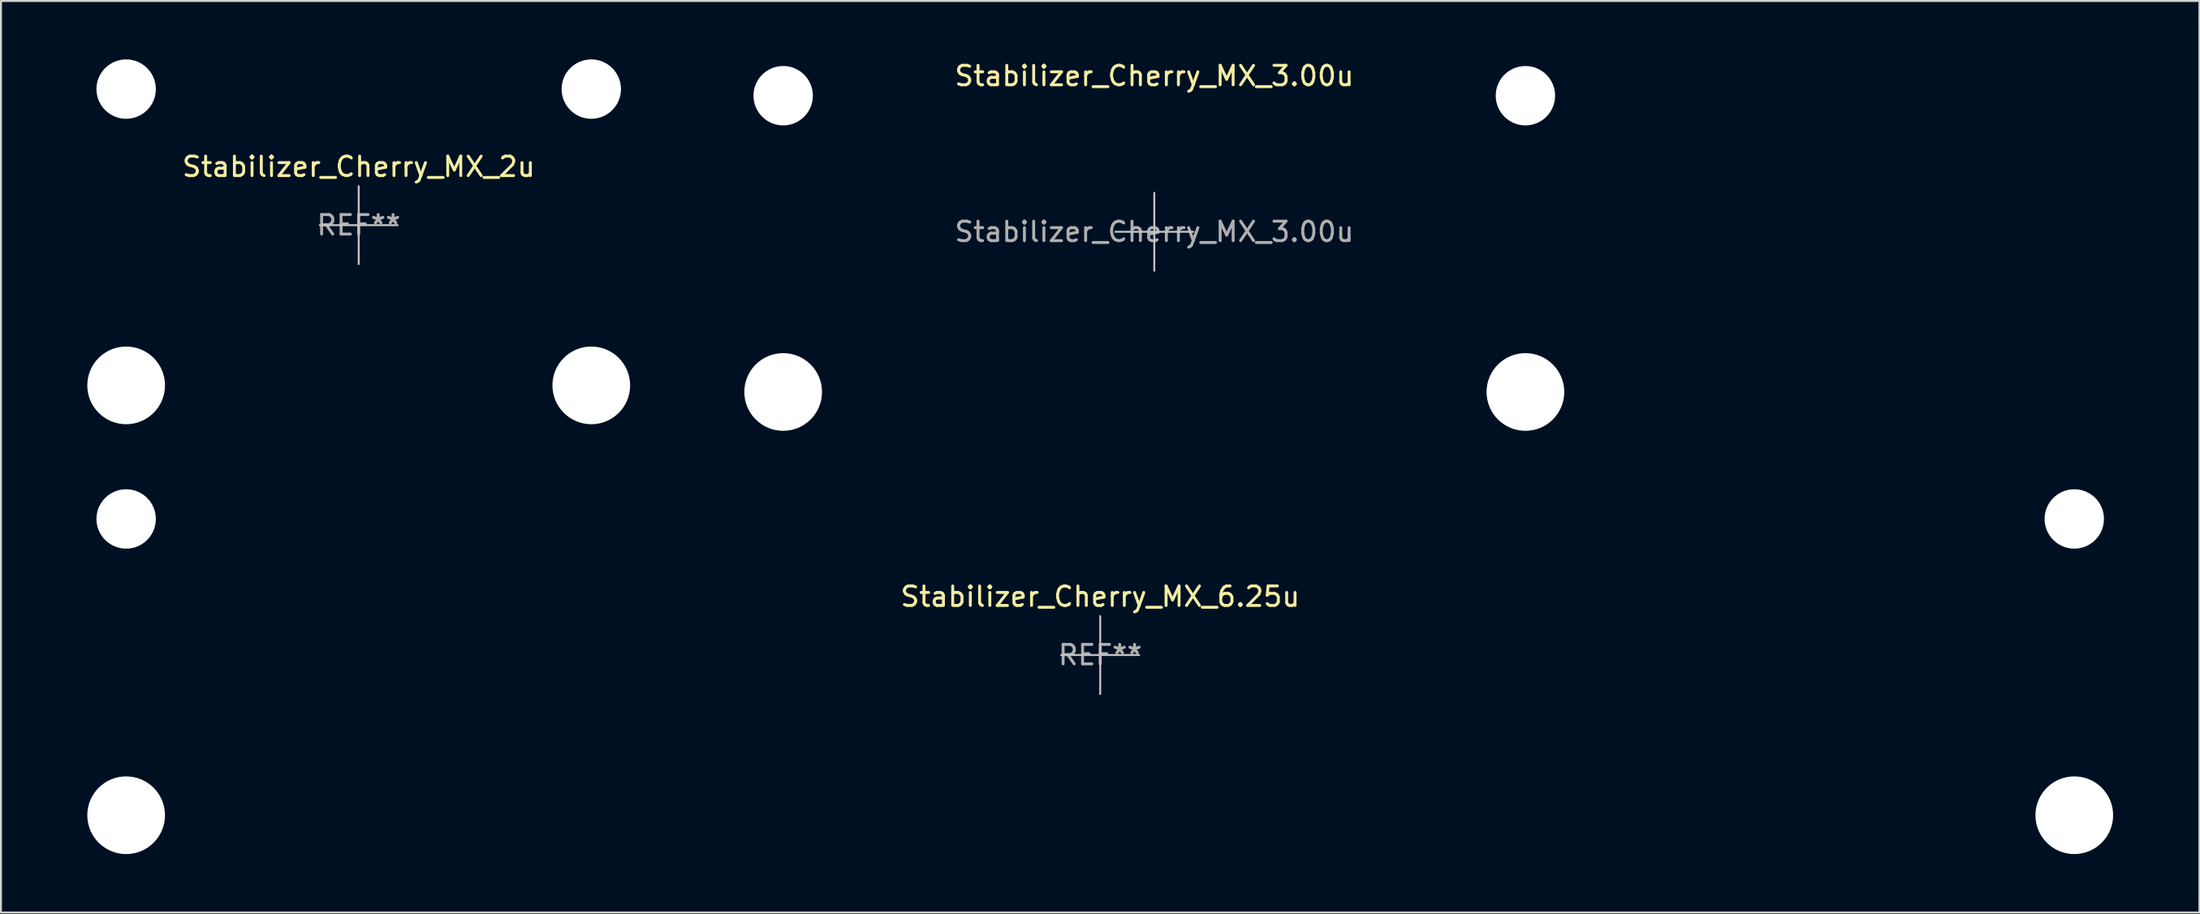
<source format=kicad_pcb>
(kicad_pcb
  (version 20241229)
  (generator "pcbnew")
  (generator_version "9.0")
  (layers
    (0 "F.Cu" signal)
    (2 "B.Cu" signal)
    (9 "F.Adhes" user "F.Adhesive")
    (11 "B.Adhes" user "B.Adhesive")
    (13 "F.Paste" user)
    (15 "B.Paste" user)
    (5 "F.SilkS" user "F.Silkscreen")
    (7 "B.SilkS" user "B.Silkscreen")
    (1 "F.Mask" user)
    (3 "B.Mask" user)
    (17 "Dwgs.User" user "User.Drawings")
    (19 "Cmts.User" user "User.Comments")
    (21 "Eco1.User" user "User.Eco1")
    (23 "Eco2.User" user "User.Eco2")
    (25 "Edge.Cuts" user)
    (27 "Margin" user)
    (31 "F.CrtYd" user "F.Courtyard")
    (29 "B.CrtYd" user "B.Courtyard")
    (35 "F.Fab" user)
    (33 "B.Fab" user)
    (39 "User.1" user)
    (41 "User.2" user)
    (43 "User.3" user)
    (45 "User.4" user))
  (footprint "Stabilizer_Cherry_MX_2u"
    (layer "F.Cu")
    (at 15.363 8.509)
    (property "Reference" "Stabilizer_Cherry_MX_2u" (at 0 -3 0) (layer "F.SilkS") (effects (font (size 1 1) (thickness 0.15))))
    (attr exclude_from_pos_files exclude_from_bom)
    (fp_line (start -2 0) (end 2 0) (stroke (width 0.1) (type solid)) (layer "Dwgs.User"))
    (fp_line (start 0 2) (end 0 -2) (stroke (width 0.1) (type solid)) (layer "Dwgs.User"))
    (fp_line (start -15.313 -5.53) (end -15.313 6.77) (stroke (width 0.1) (type solid)) (layer "Eco1.User"))
    (fp_line (start -15.313 6.77) (end -8.563 6.77) (stroke (width 0.1) (type solid)) (layer "Eco1.User"))
    (fp_line (start -8.563 -5.53) (end -15.313 -5.53) (stroke (width 0.1) (type solid)) (layer "Eco1.User"))
    (fp_line (start -8.563 6.77) (end -8.563 -5.53) (stroke (width 0.1) (type solid)) (layer "Eco1.User"))
    (fp_line (start 8.563 -5.53) (end 8.563 6.77) (stroke (width 0.1) (type solid)) (layer "Eco1.User"))
    (fp_line (start 8.563 6.77) (end 15.313 6.77) (stroke (width 0.1) (type solid)) (layer "Eco1.User"))
    (fp_line (start 15.313 -5.53) (end 8.563 -5.53) (stroke (width 0.1) (type solid)) (layer "Eco1.User"))
    (fp_line (start 15.313 6.77) (end 15.313 -5.53) (stroke (width 0.1) (type solid)) (layer "Eco1.User"))
    (fp_text user "REF**" (at 0 0 0) (layer "F.Fab") (effects (font (size 1 1) (thickness 0.15))))
    (pad "" np_thru_hole circle (at -11.938 -6.985) (size 3.048 3.048) (drill 3.048) (layers "*.Cu" "*.Mask"))
    (pad "" np_thru_hole circle (at -11.938 8.225) (size 3.988 3.988) (drill 3.988) (layers "*.Cu" "*.Mask"))
    (pad "" np_thru_hole circle (at 11.938 -6.985) (size 3.048 3.048) (drill 3.048) (layers "*.Cu" "*.Mask"))
    (pad "" np_thru_hole circle (at 11.938 8.225) (size 3.988 3.988) (drill 3.988) (layers "*.Cu" "*.Mask")))
  (footprint "Stabilizer_Cherry_MX_3.00u"
    (layer "F.Cu")
    (at 56.201 8.848)
    (property "Reference" "Stabilizer_Cherry_MX_3.00u" (at 0 -8 0) (layer "F.SilkS") (effects (font (size 1 1) (thickness 0.15))))
    (attr exclude_from_pos_files exclude_from_bom)
    (fp_line (start -2 0) (end 2 0) (stroke (width 0.1) (type solid)) (layer "Dwgs.User"))
    (fp_line (start 0 2) (end 0 -2) (stroke (width 0.1) (type solid)) (layer "Dwgs.User"))
    (fp_line (start -22.425 -5.53) (end -22.425 6.77) (stroke (width 0.1) (type solid)) (layer "Eco1.User"))
    (fp_line (start -22.425 6.77) (end -15.675 6.77) (stroke (width 0.1) (type solid)) (layer "Eco1.User"))
    (fp_line (start -15.675 -5.53) (end -22.425 -5.53) (stroke (width 0.1) (type solid)) (layer "Eco1.User"))
    (fp_line (start -15.675 6.77) (end -15.675 -5.53) (stroke (width 0.1) (type solid)) (layer "Eco1.User"))
    (fp_line (start 15.675 -5.53) (end 15.675 6.77) (stroke (width 0.1) (type solid)) (layer "Eco1.User"))
    (fp_line (start 15.675 6.77) (end 22.425 6.77) (stroke (width 0.1) (type solid)) (layer "Eco1.User"))
    (fp_line (start 22.425 -5.53) (end 15.675 -5.53) (stroke (width 0.1) (type solid)) (layer "Eco1.User"))
    (fp_line (start 22.425 6.77) (end 22.425 -5.53) (stroke (width 0.1) (type solid)) (layer "Eco1.User"))
    (fp_text user "${REFERENCE}" (at 0 0 0) (layer "F.Fab") (effects (font (size 1 1) (thickness 0.15))))
    (pad "" np_thru_hole circle (at -19.05 -6.985) (size 3.048 3.048) (drill 3.048) (layers "*.Cu" "*.Mask"))
    (pad "" np_thru_hole circle (at -19.05 8.225) (size 3.988 3.988) (drill 3.988) (layers "*.Cu" "*.Mask"))
    (pad "" np_thru_hole circle (at 19.05 -6.985) (size 3.048 3.048) (drill 3.048) (layers "*.Cu" "*.Mask"))
    (pad "" np_thru_hole circle (at 19.05 8.225) (size 3.988 3.988) (drill 3.988) (layers "*.Cu" "*.Mask")))
  (footprint "Stabilizer_Cherry_MX_6.25u"
    (layer "F.Cu")
    (at 53.425 30.576)
    (property "Reference" "Stabilizer_Cherry_MX_6.25u" (at 0 -3 0) (layer "F.SilkS") (effects (font (size 1 1) (thickness 0.15))))
    (attr exclude_from_pos_files exclude_from_bom)
    (fp_line (start -2 0) (end 2 0) (stroke (width 0.1) (type solid)) (layer "Dwgs.User"))
    (fp_line (start 0 2) (end 0 -2) (stroke (width 0.1) (type solid)) (layer "Dwgs.User"))
    (fp_line (start -53.375 -5.53) (end -53.375 6.77) (stroke (width 0.1) (type solid)) (layer "Eco1.User"))
    (fp_line (start -53.375 6.77) (end -46.625 6.77) (stroke (width 0.1) (type solid)) (layer "Eco1.User"))
    (fp_line (start -46.625 -5.53) (end -53.375 -5.53) (stroke (width 0.1) (type solid)) (layer "Eco1.User"))
    (fp_line (start -46.625 6.77) (end -46.625 -5.53) (stroke (width 0.1) (type solid)) (layer "Eco1.User"))
    (fp_line (start 46.625 -5.53) (end 46.625 6.77) (stroke (width 0.1) (type solid)) (layer "Eco1.User"))
    (fp_line (start 46.625 6.77) (end 53.375 6.77) (stroke (width 0.1) (type solid)) (layer "Eco1.User"))
    (fp_line (start 53.375 -5.53) (end 46.625 -5.53) (stroke (width 0.1) (type solid)) (layer "Eco1.User"))
    (fp_line (start 53.375 6.77) (end 53.375 -5.53) (stroke (width 0.1) (type solid)) (layer "Eco1.User"))
    (fp_text user "REF**" (at 0 0 0) (layer "F.Fab") (effects (font (size 1 1) (thickness 0.15))))
    (pad "" np_thru_hole circle (at -50 -6.985) (size 3.048 3.048) (drill 3.048) (layers "*.Cu" "*.Mask"))
    (pad "" np_thru_hole circle (at -50 8.225) (size 3.988 3.988) (drill 3.988) (layers "*.Cu" "*.Mask"))
    (pad "" np_thru_hole circle (at 50 -6.985) (size 3.048 3.048) (drill 3.048) (layers "*.Cu" "*.Mask"))
    (pad "" np_thru_hole circle (at 50 8.225) (size 3.988 3.988) (drill 3.988) (layers "*.Cu" "*.Mask")))
  (gr_rect
    (start -3 -3)
    (end 109.85 43.795)
    (stroke (width 0.1) (type default))
    (fill no)
    (layer "Edge.Cuts")))
</source>
